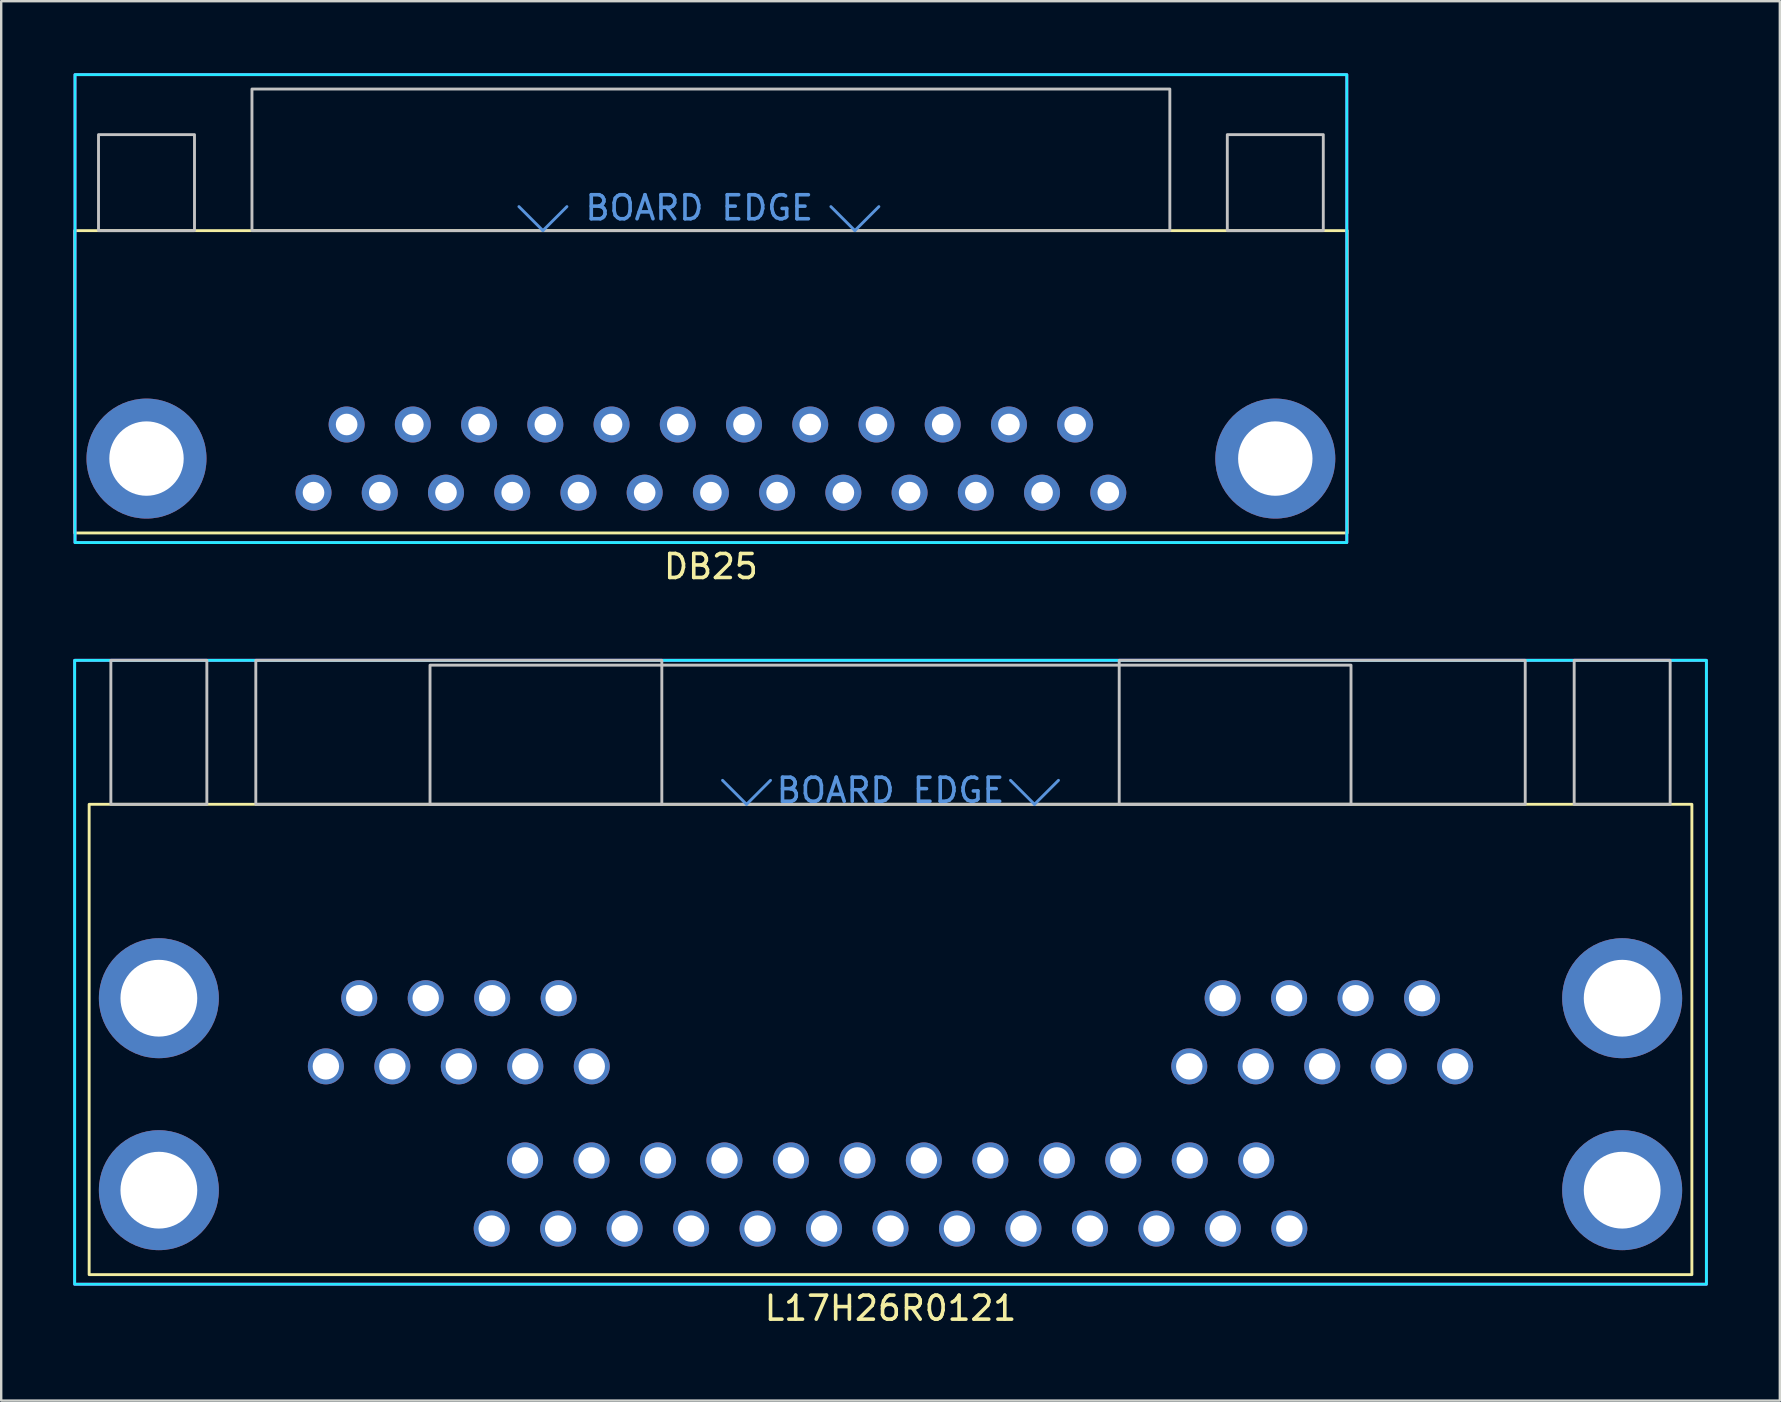
<source format=kicad_pcb>
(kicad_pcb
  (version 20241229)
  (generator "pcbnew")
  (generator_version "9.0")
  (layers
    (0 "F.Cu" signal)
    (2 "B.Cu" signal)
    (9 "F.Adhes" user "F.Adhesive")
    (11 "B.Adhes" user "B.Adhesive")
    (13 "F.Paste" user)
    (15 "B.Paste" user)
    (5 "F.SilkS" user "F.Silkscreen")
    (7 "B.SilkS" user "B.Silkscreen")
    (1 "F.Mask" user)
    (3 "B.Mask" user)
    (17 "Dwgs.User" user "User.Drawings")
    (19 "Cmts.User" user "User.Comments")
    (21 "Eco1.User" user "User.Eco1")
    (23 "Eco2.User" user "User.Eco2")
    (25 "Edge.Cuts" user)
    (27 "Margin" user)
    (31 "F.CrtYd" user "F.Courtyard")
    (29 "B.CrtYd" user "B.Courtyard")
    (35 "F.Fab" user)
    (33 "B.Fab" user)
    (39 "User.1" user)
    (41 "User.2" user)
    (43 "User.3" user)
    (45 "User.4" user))
  (footprint "L17H26R0121"
    (layer "F.Cu")
    (at 34.06 30.468)
    (property "Reference" "L17H26R0121" (at 0 21 0) (unlocked yes) (layer "F.SilkS") (effects (font (size 1 1) (thickness 0.15))))
    (attr through_hole)
    (fp_rect (start 33.395 19.6) (end -33.395 0) (stroke (width 0.12) (type default)) (fill no) (layer "F.SilkS"))
    (fp_rect (start -28.49 0) (end -32.49 -6) (stroke (width 0.12) (type default)) (fill no) (layer "Dwgs.User"))
    (fp_rect (start -9.53 0) (end -26.45 -6) (stroke (width 0.12) (type default)) (fill no) (layer "Dwgs.User"))
    (fp_rect (start 19.19 0) (end -19.19 -5.8) (stroke (width 0.12) (type default)) (fill no) (layer "Dwgs.User"))
    (fp_rect (start 26.45 0) (end 9.53 -6) (stroke (width 0.12) (type default)) (fill no) (layer "Dwgs.User"))
    (fp_rect (start 32.49 0) (end 28.49 -6) (stroke (width 0.12) (type default)) (fill no) (layer "Dwgs.User"))
    (fp_line (start -6 0) (end -7 -1) (stroke (width 0.12) (type default)) (layer "Cmts.User"))
    (fp_line (start -5 -1) (end -6 0) (stroke (width 0.12) (type default)) (layer "Cmts.User"))
    (fp_line (start 5 -1) (end 6 0) (stroke (width 0.12) (type default)) (layer "Cmts.User"))
    (fp_line (start 6 0) (end 7 -1) (stroke (width 0.12) (type default)) (layer "Cmts.User"))
    (fp_rect (start 34 20) (end -34 -6) (stroke (width 0.12) (type default)) (fill no) (layer "B.CrtYd"))
    (fp_rect (start 34 20) (end -34 -6) (stroke (width 0.12) (type default)) (fill no) (layer "F.CrtYd"))
    (fp_text user "BOARD EDGE" (at 0 0 0) (unlocked yes) (layer "Cmts.User") (effects (font (size 1 1) (thickness 0.15)) (justify bottom)))
    (pad "0" thru_hole circle (at -30.49 8.08 180) (size 5 5) (drill 3.2) (layers "*.Cu" "*.Mask"))
    (pad "0" thru_hole circle (at -30.49 16.08 180) (size 5 5) (drill 3.2) (layers "*.Cu" "*.Mask"))
    (pad "0" thru_hole circle (at 30.49 8.08 180) (size 5 5) (drill 3.2) (layers "*.Cu" "*.Mask"))
    (pad "0" thru_hole circle (at 30.49 16.08 180) (size 5 5) (drill 3.2) (layers "*.Cu" "*.Mask"))
    (pad "A1" thru_hole circle (at 23.53 10.92 180) (size 1.5 1.5) (drill 1.1) (layers "*.Cu" "*.Mask"))
    (pad "A2" thru_hole circle (at 20.76 10.92 180) (size 1.5 1.5) (drill 1.1) (layers "*.Cu" "*.Mask"))
    (pad "A3" thru_hole circle (at 17.99 10.92 180) (size 1.5 1.5) (drill 1.1) (layers "*.Cu" "*.Mask"))
    (pad "A4" thru_hole circle (at 15.22 10.92 180) (size 1.5 1.5) (drill 1.1) (layers "*.Cu" "*.Mask"))
    (pad "A5" thru_hole circle (at 12.45 10.92 180) (size 1.5 1.5) (drill 1.1) (layers "*.Cu" "*.Mask"))
    (pad "A6" thru_hole circle (at 22.15 8.08 180) (size 1.5 1.5) (drill 1.1) (layers "*.Cu" "*.Mask"))
    (pad "A7" thru_hole circle (at 19.38 8.08 180) (size 1.5 1.5) (drill 1.1) (layers "*.Cu" "*.Mask"))
    (pad "A8" thru_hole circle (at 16.61 8.08 180) (size 1.5 1.5) (drill 1.1) (layers "*.Cu" "*.Mask"))
    (pad "A9" thru_hole circle (at 13.84 8.08 180) (size 1.5 1.5) (drill 1.1) (layers "*.Cu" "*.Mask"))
    (pad "B1" thru_hole circle (at -12.45 10.92 180) (size 1.5 1.5) (drill 1.1) (layers "*.Cu" "*.Mask"))
    (pad "B2" thru_hole circle (at -15.22 10.92 180) (size 1.5 1.5) (drill 1.1) (layers "*.Cu" "*.Mask"))
    (pad "B3" thru_hole circle (at -17.99 10.92 180) (size 1.5 1.5) (drill 1.1) (layers "*.Cu" "*.Mask"))
    (pad "B4" thru_hole circle (at -20.76 10.92 180) (size 1.5 1.5) (drill 1.1) (layers "*.Cu" "*.Mask"))
    (pad "B5" thru_hole circle (at -23.53 10.92 180) (size 1.5 1.5) (drill 1.1) (layers "*.Cu" "*.Mask"))
    (pad "B6" thru_hole circle (at -13.83 8.08 180) (size 1.5 1.5) (drill 1.1) (layers "*.Cu" "*.Mask"))
    (pad "B7" thru_hole circle (at -16.6 8.08 180) (size 1.5 1.5) (drill 1.1) (layers "*.Cu" "*.Mask"))
    (pad "B8" thru_hole circle (at -19.37 8.08 180) (size 1.5 1.5) (drill 1.1) (layers "*.Cu" "*.Mask"))
    (pad "B9" thru_hole circle (at -22.14 8.08 180) (size 1.5 1.5) (drill 1.1) (layers "*.Cu" "*.Mask"))
    (pad "C1" thru_hole circle (at -16.62 17.68 180) (size 1.5 1.5) (drill 1.1) (layers "*.Cu" "*.Mask"))
    (pad "C2" thru_hole circle (at -13.85 17.68 180) (size 1.5 1.5) (drill 1.1) (layers "*.Cu" "*.Mask"))
    (pad "C3" thru_hole circle (at -11.08 17.68 180) (size 1.5 1.5) (drill 1.1) (layers "*.Cu" "*.Mask"))
    (pad "C4" thru_hole circle (at -8.31 17.68 180) (size 1.5 1.5) (drill 1.1) (layers "*.Cu" "*.Mask"))
    (pad "C5" thru_hole circle (at -5.54 17.68 180) (size 1.5 1.5) (drill 1.1) (layers "*.Cu" "*.Mask"))
    (pad "C6" thru_hole circle (at -2.77 17.68 180) (size 1.5 1.5) (drill 1.1) (layers "*.Cu" "*.Mask"))
    (pad "C7" thru_hole circle (at 0 17.68 180) (size 1.5 1.5) (drill 1.1) (layers "*.Cu" "*.Mask"))
    (pad "C8" thru_hole circle (at 2.77 17.68 180) (size 1.5 1.5) (drill 1.1) (layers "*.Cu" "*.Mask"))
    (pad "C9" thru_hole circle (at 5.54 17.68 180) (size 1.5 1.5) (drill 1.1) (layers "*.Cu" "*.Mask"))
    (pad "C10" thru_hole circle (at 8.31 17.68 180) (size 1.5 1.5) (drill 1.1) (layers "*.Cu" "*.Mask"))
    (pad "C11" thru_hole circle (at 11.08 17.68 180) (size 1.5 1.5) (drill 1.1) (layers "*.Cu" "*.Mask"))
    (pad "C12" thru_hole circle (at 13.85 17.68 180) (size 1.5 1.5) (drill 1.1) (layers "*.Cu" "*.Mask"))
    (pad "C13" thru_hole circle (at 16.62 17.68 180) (size 1.5 1.5) (drill 1.1) (layers "*.Cu" "*.Mask"))
    (pad "C14" thru_hole circle (at -15.23 14.84 180) (size 1.5 1.5) (drill 1.1) (layers "*.Cu" "*.Mask"))
    (pad "C15" thru_hole circle (at -12.46 14.84 180) (size 1.5 1.5) (drill 1.1) (layers "*.Cu" "*.Mask"))
    (pad "C16" thru_hole circle (at -9.69 14.84 180) (size 1.5 1.5) (drill 1.1) (layers "*.Cu" "*.Mask"))
    (pad "C17" thru_hole circle (at -6.92 14.84 180) (size 1.5 1.5) (drill 1.1) (layers "*.Cu" "*.Mask"))
    (pad "C18" thru_hole circle (at -4.15 14.84 180) (size 1.5 1.5) (drill 1.1) (layers "*.Cu" "*.Mask"))
    (pad "C19" thru_hole circle (at -1.38 14.84 180) (size 1.5 1.5) (drill 1.1) (layers "*.Cu" "*.Mask"))
    (pad "C20" thru_hole circle (at 1.39 14.84 180) (size 1.5 1.5) (drill 1.1) (layers "*.Cu" "*.Mask"))
    (pad "C21" thru_hole circle (at 4.16 14.84 180) (size 1.5 1.5) (drill 1.1) (layers "*.Cu" "*.Mask"))
    (pad "C22" thru_hole circle (at 6.93 14.84 180) (size 1.5 1.5) (drill 1.1) (layers "*.Cu" "*.Mask"))
    (pad "C23" thru_hole circle (at 9.7 14.84 180) (size 1.5 1.5) (drill 1.1) (layers "*.Cu" "*.Mask"))
    (pad "C24" thru_hole circle (at 12.47 14.84 180) (size 1.5 1.5) (drill 1.1) (layers "*.Cu" "*.Mask"))
    (pad "C25" thru_hole circle (at 15.24 14.84 180) (size 1.5 1.5) (drill 1.1) (layers "*.Cu" "*.Mask")))
  (footprint "DB25"
    (layer "F.Cu")
    (at 26.575 6.56)
    (property "Reference" "DB25" (at 0 14 0) (unlocked yes) (layer "F.SilkS") (effects (font (size 1 1) (thickness 0.15))))
    (attr through_hole)
    (fp_rect (start 26.515 12.6) (end -26.515 0) (stroke (width 0.12) (type default)) (fill no) (layer "F.SilkS"))
    (fp_rect (start -21.52 -4) (end -25.52 0) (stroke (width 0.12) (type default)) (fill no) (layer "Dwgs.User"))
    (fp_rect (start -19.125 -5.9) (end 19.125 0) (stroke (width 0.12) (type default)) (fill no) (layer "Dwgs.User"))
    (fp_rect (start 21.52 -4) (end 25.52 0) (stroke (width 0.12) (type default)) (fill no) (layer "Dwgs.User"))
    (fp_line (start -7 0) (end -8 -1) (stroke (width 0.12) (type default)) (layer "Cmts.User"))
    (fp_line (start -6 -1) (end -7 0) (stroke (width 0.12) (type default)) (layer "Cmts.User"))
    (fp_line (start 5 -1) (end 6 0) (stroke (width 0.12) (type default)) (layer "Cmts.User"))
    (fp_line (start 6 0) (end 7 -1) (stroke (width 0.12) (type default)) (layer "Cmts.User"))
    (fp_rect (start -26.5 -6.5) (end 26.5 13) (stroke (width 0.12) (type default)) (fill no) (layer "B.CrtYd"))
    (fp_rect (start -26.5 13) (end 26.5 -6.5) (stroke (width 0.12) (type default)) (fill no) (layer "F.CrtYd"))
    (fp_text user "BOARD EDGE" (at -0.485 -0.365 0) (unlocked yes) (layer "Cmts.User") (effects (font (size 1 1) (thickness 0.15)) (justify bottom)))
    (pad "0" thru_hole circle (at -23.52 9.5 180) (size 5 5) (drill 3.1) (layers "*.Cu" "*.Mask"))
    (pad "0" thru_hole circle (at 23.52 9.5 180) (size 5 5) (drill 3.1) (layers "*.Cu" "*.Mask"))
    (pad "1" thru_hole circle (at 16.56 10.92 180) (size 1.5 1.5) (drill 0.9) (layers "*.Cu" "*.Mask"))
    (pad "2" thru_hole circle (at 13.8 10.92 180) (size 1.5 1.5) (drill 0.9) (layers "*.Cu" "*.Mask"))
    (pad "3" thru_hole circle (at 11.04 10.92 180) (size 1.5 1.5) (drill 0.9) (layers "*.Cu" "*.Mask"))
    (pad "4" thru_hole circle (at 8.28 10.92 180) (size 1.5 1.5) (drill 0.9) (layers "*.Cu" "*.Mask"))
    (pad "5" thru_hole circle (at 5.52 10.92 180) (size 1.5 1.5) (drill 0.9) (layers "*.Cu" "*.Mask"))
    (pad "6" thru_hole circle (at 2.76 10.92 180) (size 1.5 1.5) (drill 0.9) (layers "*.Cu" "*.Mask"))
    (pad "7" thru_hole circle (at 0 10.92 180) (size 1.5 1.5) (drill 0.9) (layers "*.Cu" "*.Mask"))
    (pad "8" thru_hole circle (at -2.76 10.92 180) (size 1.5 1.5) (drill 0.9) (layers "*.Cu" "*.Mask"))
    (pad "9" thru_hole circle (at -5.52 10.92 180) (size 1.5 1.5) (drill 0.9) (layers "*.Cu" "*.Mask"))
    (pad "10" thru_hole circle (at -8.28 10.92 180) (size 1.5 1.5) (drill 0.9) (layers "*.Cu" "*.Mask"))
    (pad "11" thru_hole circle (at -11.04 10.92 180) (size 1.5 1.5) (drill 0.9) (layers "*.Cu" "*.Mask"))
    (pad "12" thru_hole circle (at -13.8 10.92 180) (size 1.5 1.5) (drill 0.9) (layers "*.Cu" "*.Mask"))
    (pad "13" thru_hole circle (at -16.56 10.92 180) (size 1.5 1.5) (drill 0.9) (layers "*.Cu" "*.Mask"))
    (pad "14" thru_hole circle (at 15.18 8.08 180) (size 1.5 1.5) (drill 0.9) (layers "*.Cu" "*.Mask"))
    (pad "15" thru_hole circle (at 12.42 8.08 180) (size 1.5 1.5) (drill 0.9) (layers "*.Cu" "*.Mask"))
    (pad "16" thru_hole circle (at 9.66 8.08 180) (size 1.5 1.5) (drill 0.9) (layers "*.Cu" "*.Mask"))
    (pad "17" thru_hole circle (at 6.9 8.08 180) (size 1.5 1.5) (drill 0.9) (layers "*.Cu" "*.Mask"))
    (pad "18" thru_hole circle (at 4.14 8.08 180) (size 1.5 1.5) (drill 0.9) (layers "*.Cu" "*.Mask"))
    (pad "19" thru_hole circle (at 1.38 8.08 180) (size 1.5 1.5) (drill 0.9) (layers "*.Cu" "*.Mask"))
    (pad "20" thru_hole circle (at -1.38 8.08 180) (size 1.5 1.5) (drill 0.9) (layers "*.Cu" "*.Mask"))
    (pad "21" thru_hole circle (at -4.14 8.08 180) (size 1.5 1.5) (drill 0.9) (layers "*.Cu" "*.Mask"))
    (pad "22" thru_hole circle (at -6.9 8.08 180) (size 1.5 1.5) (drill 0.9) (layers "*.Cu" "*.Mask"))
    (pad "23" thru_hole circle (at -9.66 8.08 180) (size 1.5 1.5) (drill 0.9) (layers "*.Cu" "*.Mask"))
    (pad "24" thru_hole circle (at -12.42 8.08 180) (size 1.5 1.5) (drill 0.9) (layers "*.Cu" "*.Mask"))
    (pad "25" thru_hole circle (at -15.18 8.08 180) (size 1.5 1.5) (drill 0.9) (layers "*.Cu" "*.Mask")))
  (gr_rect
    (start -3 -3)
    (end 71.12 55.316)
    (stroke (width 0.1) (type default))
    (fill no)
    (layer "Edge.Cuts")))
</source>
